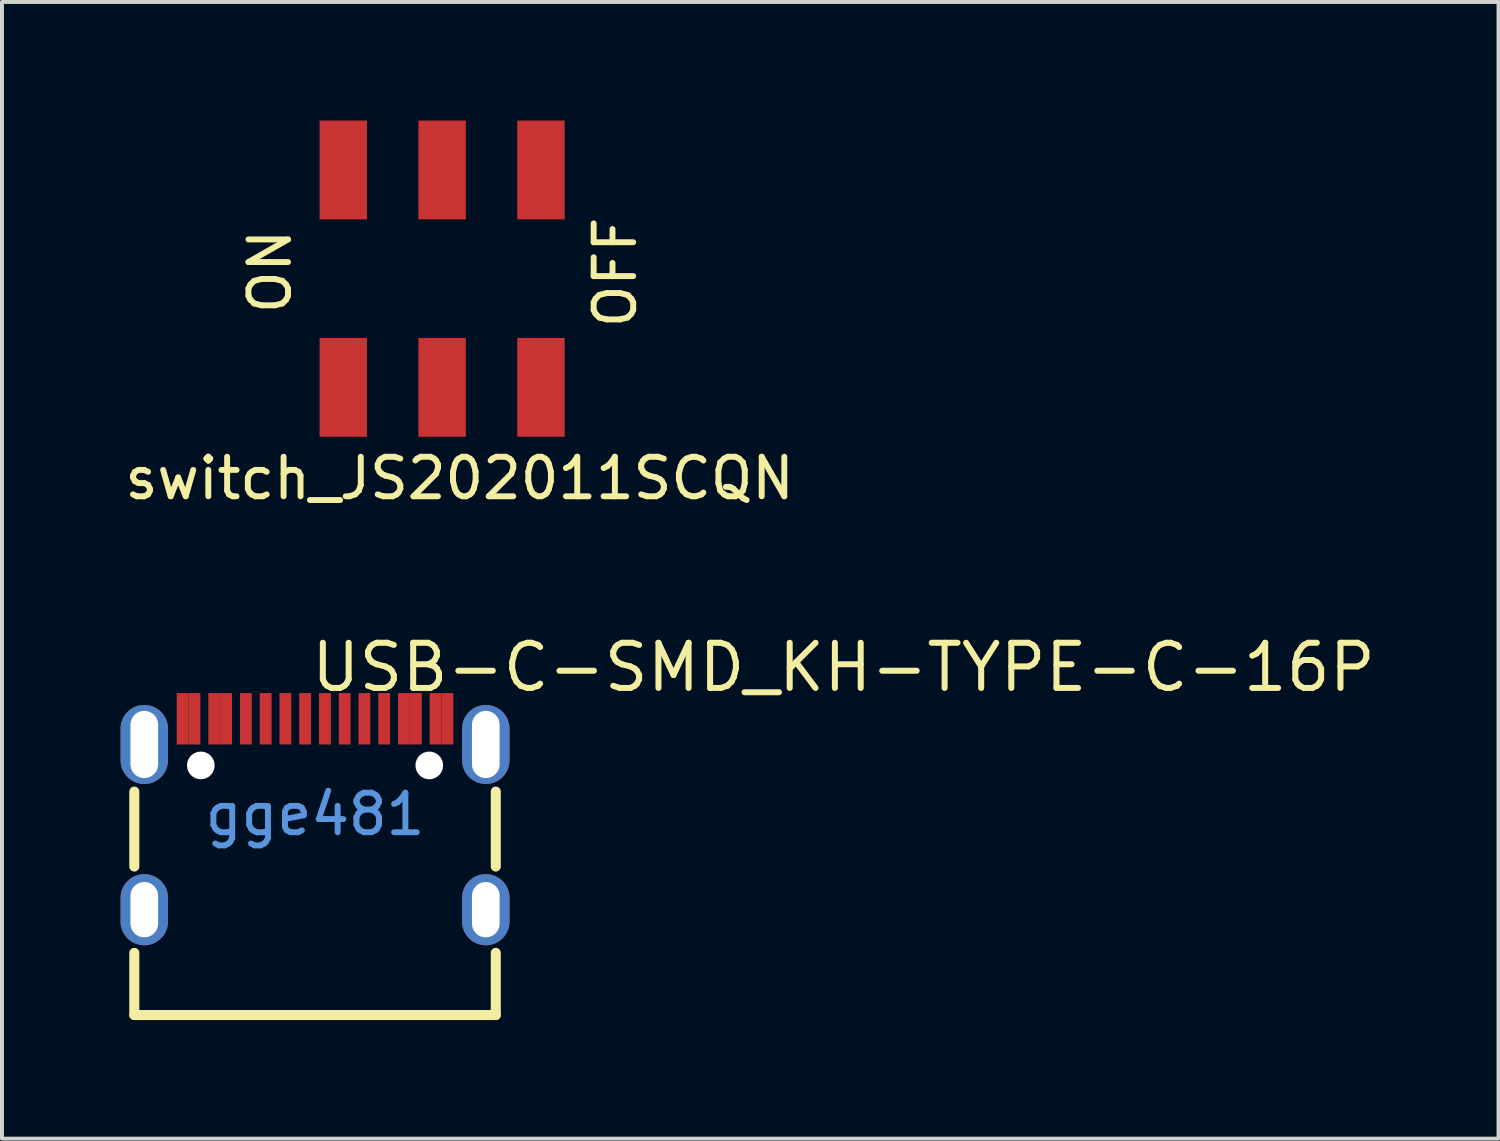
<source format=kicad_pcb>
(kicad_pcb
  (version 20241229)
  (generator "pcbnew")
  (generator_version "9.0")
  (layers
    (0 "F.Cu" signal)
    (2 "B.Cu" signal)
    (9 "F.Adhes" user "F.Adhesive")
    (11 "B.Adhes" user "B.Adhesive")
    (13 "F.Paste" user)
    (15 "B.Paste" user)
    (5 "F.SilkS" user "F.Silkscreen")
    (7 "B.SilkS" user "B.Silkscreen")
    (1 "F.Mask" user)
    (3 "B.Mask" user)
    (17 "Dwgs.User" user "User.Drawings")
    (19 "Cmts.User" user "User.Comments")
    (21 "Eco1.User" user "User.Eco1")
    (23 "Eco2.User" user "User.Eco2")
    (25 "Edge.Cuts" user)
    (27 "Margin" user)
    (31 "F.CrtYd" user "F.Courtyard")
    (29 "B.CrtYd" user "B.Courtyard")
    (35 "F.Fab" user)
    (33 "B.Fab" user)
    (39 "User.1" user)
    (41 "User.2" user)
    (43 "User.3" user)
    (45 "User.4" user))
  (footprint "switch_JS202011SCQN"
    (layer "F.Cu")
    (at 8.135 4)
    (property "Reference" "switch_JS202011SCQN" (at 0.442 5.05 0) (layer "F.SilkS") (effects (font (size 1 1) (thickness 0.15))))
    (attr smd)
    (fp_text user "OFF" (at 4.379 -0.16 90) (layer "F.SilkS") (effects (font (size 1 1) (thickness 0.15))))
    (fp_text user "ON" (at -4.354 -0.183 90) (layer "F.SilkS") (effects (font (size 1 1) (thickness 0.15))))
    (pad "1" smd rect (at -2.5 -2.75) (size 1.2 2.5) (layers "F.Cu" "F.Mask" "F.Paste"))
    (pad "1" smd rect (at -2.5 2.75) (size 1.2 2.5) (layers "F.Cu" "F.Mask" "F.Paste"))
    (pad "2" smd rect (at 0 -2.75) (size 1.2 2.5) (layers "F.Cu" "F.Mask" "F.Paste"))
    (pad "2" smd rect (at 0 2.75) (size 1.2 2.5) (layers "F.Cu" "F.Mask" "F.Paste"))
    (pad "3" smd rect (at 2.5 -2.75) (size 1.2 2.5) (layers "F.Cu" "F.Mask" "F.Paste"))
    (pad "3" smd rect (at 2.5 2.75) (size 1.2 2.5) (layers "F.Cu" "F.Mask" "F.Paste")))
  (footprint "USB-C-SMD_KH-TYPE-C-16P"
    (layer "F.Cu")
    (at 4.92 17.549)
    (property "Reference" "USB-C-SMD_KH-TYPE-C-16P" (at -0.175 -3.716 0) (layer "F.SilkS") (effects (font (size 1.143 1.143) (thickness 0.152)) (justify left)))
    (attr smd)
    (fp_line (start -4.572 -0.573) (end -4.572 1.323) (stroke (width 0.254) (type solid)) (layer "F.SilkS"))
    (fp_line (start -4.572 3.507) (end -4.572 5.08) (stroke (width 0.254) (type solid)) (layer "F.SilkS"))
    (fp_line (start -4.572 5.08) (end 4.572 5.08) (stroke (width 0.254) (type solid)) (layer "F.SilkS"))
    (fp_line (start 4.572 1.323) (end 4.572 -0.573) (stroke (width 0.254) (type solid)) (layer "F.SilkS"))
    (fp_line (start 4.572 5.08) (end 4.572 3.507) (stroke (width 0.254) (type solid)) (layer "F.SilkS"))
    (fp_poly (pts (xy -3.45 -3.01) (xy -2.95 -3.01) (xy -2.95 -1.82) (xy -3.45 -1.82)) (stroke (width 0) (type solid)) (fill yes) (layer "F.Paste"))
    (fp_poly (pts (xy -2.65 -3.01) (xy -2.15 -3.01) (xy -2.15 -1.82) (xy -2.65 -1.82)) (stroke (width 0) (type solid)) (fill yes) (layer "F.Paste"))
    (fp_poly (pts (xy -1.9 -3.06) (xy -1.6 -3.06) (xy -1.6 -1.77) (xy -1.9 -1.77)) (stroke (width 0) (type solid)) (fill yes) (layer "F.Paste"))
    (fp_poly (pts (xy -1.4 -3.06) (xy -1.1 -3.06) (xy -1.1 -1.77) (xy -1.4 -1.77)) (stroke (width 0) (type solid)) (fill yes) (layer "F.Paste"))
    (fp_poly (pts (xy -0.9 -3.06) (xy -0.6 -3.06) (xy -0.6 -1.77) (xy -0.9 -1.77)) (stroke (width 0) (type solid)) (fill yes) (layer "F.Paste"))
    (fp_poly (pts (xy -0.4 -3.06) (xy -0.1 -3.06) (xy -0.1 -1.77) (xy -0.4 -1.77)) (stroke (width 0) (type solid)) (fill yes) (layer "F.Paste"))
    (fp_poly (pts (xy 0.1 -3.06) (xy 0.4 -3.06) (xy 0.4 -1.77) (xy 0.1 -1.77)) (stroke (width 0) (type solid)) (fill yes) (layer "F.Paste"))
    (fp_poly (pts (xy 0.6 -3.06) (xy 0.9 -3.06) (xy 0.9 -1.77) (xy 0.6 -1.77)) (stroke (width 0) (type solid)) (fill yes) (layer "F.Paste"))
    (fp_poly (pts (xy 1.1 -3.06) (xy 1.4 -3.06) (xy 1.4 -1.77) (xy 1.1 -1.77)) (stroke (width 0) (type solid)) (fill yes) (layer "F.Paste"))
    (fp_poly (pts (xy 1.6 -3.06) (xy 1.9 -3.06) (xy 1.9 -1.77) (xy 1.6 -1.77)) (stroke (width 0) (type solid)) (fill yes) (layer "F.Paste"))
    (fp_poly (pts (xy 2.15 -3.01) (xy 2.65 -3.01) (xy 2.65 -1.82) (xy 2.15 -1.82)) (stroke (width 0) (type solid)) (fill yes) (layer "F.Paste"))
    (fp_poly (pts (xy 2.95 -3.01) (xy 3.45 -3.01) (xy 3.45 -1.82) (xy 2.95 -1.82)) (stroke (width 0) (type solid)) (fill yes) (layer "F.Paste"))
    (fp_poly (pts (xy -4.275 -2.763) (xy -4.305 -2.765) (xy -4.335 -2.765) (xy -4.365 -2.763) (xy -4.395 -2.76) (xy -4.424 -2.756) (xy -4.454 -2.75) (xy -4.483 -2.743) (xy -4.511 -2.734) (xy -4.539 -2.724) (xy -4.567 -2.712) (xy -4.594 -2.699) (xy -4.62 -2.685) (xy -4.646 -2.669) (xy -4.67 -2.652) (xy -4.694 -2.634) (xy -4.717 -2.615) (xy -4.739 -2.595) (xy -4.76 -2.573) (xy -4.78 -2.551) (xy -4.798 -2.527) (xy -4.816 -2.503) (xy -4.832 -2.478) (xy -4.847 -2.452) (xy -4.861 -2.425) (xy -4.873 -2.398) (xy -4.884 -2.37) (xy -4.893 -2.342) (xy -4.901 -2.313) (xy -4.908 -2.284) (xy -4.913 -2.254) (xy -4.917 -2.225) (xy -4.919 -2.195) (xy -4.92 -2.165) (xy -4.92 -1.365) (xy -4.919 -1.335) (xy -4.917 -1.305) (xy -4.913 -1.276) (xy -4.908 -1.246) (xy -4.901 -1.217) (xy -4.893 -1.188) (xy -4.884 -1.16) (xy -4.873 -1.132) (xy -4.861 -1.105) (xy -4.847 -1.078) (xy -4.832 -1.052) (xy -4.816 -1.027) (xy -4.798 -1.003) (xy -4.78 -0.979) (xy -4.76 -0.957) (xy -4.739 -0.936) (xy -4.717 -0.915) (xy -4.694 -0.896) (xy -4.67 -0.878) (xy -4.646 -0.861) (xy -4.62 -0.845) (xy -4.594 -0.831) (xy -4.567 -0.818) (xy -4.539 -0.807) (xy -4.511 -0.796) (xy -4.483 -0.787) (xy -4.454 -0.78) (xy -4.424 -0.774) (xy -4.395 -0.77) (xy -4.365 -0.767) (xy -4.335 -0.765) (xy -4.305 -0.765) (xy -4.275 -0.767) (xy -4.245 -0.77) (xy -4.216 -0.774) (xy -4.187 -0.78) (xy -4.158 -0.787) (xy -4.129 -0.796) (xy -4.101 -0.807) (xy -4.073 -0.818) (xy -4.046 -0.831) (xy -4.02 -0.845) (xy -3.995 -0.861) (xy -3.97 -0.878) (xy -3.946 -0.896) (xy -3.923 -0.915) (xy -3.901 -0.936) (xy -3.88 -0.957) (xy -3.86 -0.979) (xy -3.842 -1.003) (xy -3.824 -1.027) (xy -3.808 -1.052) (xy -3.793 -1.078) (xy -3.779 -1.105) (xy -3.767 -1.132) (xy -3.756 -1.16) (xy -3.747 -1.188) (xy -3.739 -1.217) (xy -3.732 -1.246) (xy -3.727 -1.276) (xy -3.723 -1.305) (xy -3.721 -1.335) (xy -3.72 -1.365) (xy -3.72 -2.165) (xy -3.721 -2.195) (xy -3.723 -2.225) (xy -3.727 -2.254) (xy -3.732 -2.284) (xy -3.739 -2.313) (xy -3.747 -2.342) (xy -3.756 -2.37) (xy -3.767 -2.398) (xy -3.779 -2.425) (xy -3.793 -2.452) (xy -3.808 -2.478) (xy -3.824 -2.503) (xy -3.842 -2.527) (xy -3.86 -2.551) (xy -3.88 -2.573) (xy -3.901 -2.595) (xy -3.923 -2.615) (xy -3.946 -2.634) (xy -3.97 -2.652) (xy -3.995 -2.669) (xy -4.02 -2.685) (xy -4.046 -2.699) (xy -4.073 -2.712) (xy -4.101 -2.724) (xy -4.129 -2.734) (xy -4.158 -2.743) (xy -4.187 -2.75) (xy -4.216 -2.756) (xy -4.245 -2.76)) (stroke (width 0) (type solid)) (fill yes) (layer "F.Paste"))
    (fp_poly (pts (xy -4.275 1.517) (xy -4.305 1.515) (xy -4.335 1.515) (xy -4.365 1.517) (xy -4.395 1.52) (xy -4.424 1.524) (xy -4.454 1.53) (xy -4.483 1.537) (xy -4.511 1.546) (xy -4.539 1.557) (xy -4.567 1.568) (xy -4.594 1.581) (xy -4.62 1.595) (xy -4.646 1.611) (xy -4.67 1.628) (xy -4.694 1.646) (xy -4.717 1.665) (xy -4.739 1.686) (xy -4.76 1.707) (xy -4.78 1.729) (xy -4.798 1.753) (xy -4.816 1.777) (xy -4.832 1.802) (xy -4.847 1.828) (xy -4.861 1.855) (xy -4.873 1.882) (xy -4.884 1.91) (xy -4.893 1.938) (xy -4.901 1.967) (xy -4.908 1.996) (xy -4.913 2.026) (xy -4.917 2.055) (xy -4.919 2.085) (xy -4.92 2.115) (xy -4.92 2.715) (xy -4.919 2.745) (xy -4.917 2.775) (xy -4.913 2.804) (xy -4.908 2.834) (xy -4.901 2.863) (xy -4.893 2.892) (xy -4.884 2.92) (xy -4.873 2.948) (xy -4.861 2.975) (xy -4.847 3.002) (xy -4.832 3.028) (xy -4.816 3.053) (xy -4.798 3.077) (xy -4.78 3.101) (xy -4.76 3.123) (xy -4.739 3.145) (xy -4.717 3.165) (xy -4.694 3.184) (xy -4.67 3.202) (xy -4.646 3.219) (xy -4.62 3.235) (xy -4.594 3.249) (xy -4.567 3.262) (xy -4.539 3.274) (xy -4.511 3.284) (xy -4.483 3.293) (xy -4.454 3.3) (xy -4.424 3.306) (xy -4.395 3.31) (xy -4.365 3.313) (xy -4.335 3.315) (xy -4.305 3.315) (xy -4.275 3.313) (xy -4.245 3.31) (xy -4.216 3.306) (xy -4.187 3.3) (xy -4.158 3.293) (xy -4.129 3.284) (xy -4.101 3.274) (xy -4.073 3.262) (xy -4.046 3.249) (xy -4.02 3.235) (xy -3.995 3.219) (xy -3.97 3.202) (xy -3.946 3.184) (xy -3.923 3.165) (xy -3.901 3.145) (xy -3.88 3.123) (xy -3.86 3.101) (xy -3.842 3.077) (xy -3.824 3.053) (xy -3.808 3.028) (xy -3.793 3.002) (xy -3.779 2.975) (xy -3.767 2.948) (xy -3.756 2.92) (xy -3.747 2.892) (xy -3.739 2.863) (xy -3.732 2.834) (xy -3.727 2.804) (xy -3.723 2.775) (xy -3.721 2.745) (xy -3.72 2.715) (xy -3.72 2.115) (xy -3.721 2.085) (xy -3.723 2.055) (xy -3.727 2.026) (xy -3.732 1.996) (xy -3.739 1.967) (xy -3.747 1.938) (xy -3.756 1.91) (xy -3.767 1.882) (xy -3.779 1.855) (xy -3.793 1.828) (xy -3.808 1.802) (xy -3.824 1.777) (xy -3.842 1.753) (xy -3.86 1.729) (xy -3.88 1.707) (xy -3.901 1.686) (xy -3.923 1.665) (xy -3.946 1.646) (xy -3.97 1.628) (xy -3.995 1.611) (xy -4.02 1.595) (xy -4.046 1.581) (xy -4.073 1.568) (xy -4.101 1.557) (xy -4.129 1.546) (xy -4.158 1.537) (xy -4.187 1.53) (xy -4.216 1.524) (xy -4.245 1.52)) (stroke (width 0) (type solid)) (fill yes) (layer "F.Paste"))
    (fp_poly (pts (xy 4.365 -2.763) (xy 4.335 -2.765) (xy 4.305 -2.765) (xy 4.275 -2.763) (xy 4.245 -2.76) (xy 4.216 -2.756) (xy 4.187 -2.75) (xy 4.158 -2.743) (xy 4.129 -2.734) (xy 4.101 -2.724) (xy 4.073 -2.712) (xy 4.046 -2.699) (xy 4.02 -2.685) (xy 3.995 -2.669) (xy 3.97 -2.652) (xy 3.946 -2.634) (xy 3.923 -2.615) (xy 3.901 -2.595) (xy 3.88 -2.573) (xy 3.86 -2.551) (xy 3.842 -2.527) (xy 3.824 -2.503) (xy 3.808 -2.478) (xy 3.793 -2.452) (xy 3.779 -2.425) (xy 3.767 -2.398) (xy 3.756 -2.37) (xy 3.747 -2.342) (xy 3.739 -2.313) (xy 3.732 -2.284) (xy 3.727 -2.254) (xy 3.723 -2.225) (xy 3.721 -2.195) (xy 3.72 -2.165) (xy 3.72 -1.365) (xy 3.721 -1.335) (xy 3.723 -1.305) (xy 3.727 -1.276) (xy 3.732 -1.246) (xy 3.739 -1.217) (xy 3.747 -1.188) (xy 3.756 -1.16) (xy 3.767 -1.132) (xy 3.779 -1.105) (xy 3.793 -1.078) (xy 3.808 -1.052) (xy 3.824 -1.027) (xy 3.842 -1.003) (xy 3.86 -0.979) (xy 3.88 -0.957) (xy 3.901 -0.936) (xy 3.923 -0.915) (xy 3.946 -0.896) (xy 3.97 -0.878) (xy 3.995 -0.861) (xy 4.02 -0.845) (xy 4.046 -0.831) (xy 4.073 -0.818) (xy 4.101 -0.807) (xy 4.129 -0.796) (xy 4.158 -0.787) (xy 4.187 -0.78) (xy 4.216 -0.774) (xy 4.245 -0.77) (xy 4.275 -0.767) (xy 4.305 -0.765) (xy 4.335 -0.765) (xy 4.365 -0.767) (xy 4.395 -0.77) (xy 4.424 -0.774) (xy 4.454 -0.78) (xy 4.483 -0.787) (xy 4.511 -0.796) (xy 4.539 -0.807) (xy 4.567 -0.818) (xy 4.594 -0.831) (xy 4.62 -0.845) (xy 4.646 -0.861) (xy 4.67 -0.878) (xy 4.694 -0.896) (xy 4.717 -0.915) (xy 4.739 -0.936) (xy 4.76 -0.957) (xy 4.78 -0.979) (xy 4.798 -1.003) (xy 4.816 -1.027) (xy 4.832 -1.052) (xy 4.847 -1.078) (xy 4.861 -1.105) (xy 4.873 -1.132) (xy 4.884 -1.16) (xy 4.893 -1.188) (xy 4.901 -1.217) (xy 4.908 -1.246) (xy 4.913 -1.276) (xy 4.917 -1.305) (xy 4.919 -1.335) (xy 4.92 -1.365) (xy 4.92 -2.165) (xy 4.919 -2.195) (xy 4.917 -2.225) (xy 4.913 -2.254) (xy 4.908 -2.284) (xy 4.901 -2.313) (xy 4.893 -2.342) (xy 4.884 -2.37) (xy 4.873 -2.398) (xy 4.861 -2.425) (xy 4.847 -2.452) (xy 4.832 -2.478) (xy 4.816 -2.503) (xy 4.798 -2.527) (xy 4.78 -2.551) (xy 4.76 -2.573) (xy 4.739 -2.595) (xy 4.717 -2.615) (xy 4.694 -2.634) (xy 4.67 -2.652) (xy 4.646 -2.669) (xy 4.62 -2.685) (xy 4.594 -2.699) (xy 4.567 -2.712) (xy 4.539 -2.724) (xy 4.511 -2.734) (xy 4.483 -2.743) (xy 4.454 -2.75) (xy 4.424 -2.756) (xy 4.395 -2.76)) (stroke (width 0) (type solid)) (fill yes) (layer "F.Paste"))
    (fp_poly (pts (xy 4.365 1.517) (xy 4.335 1.515) (xy 4.305 1.515) (xy 4.275 1.517) (xy 4.245 1.52) (xy 4.216 1.524) (xy 4.187 1.53) (xy 4.158 1.537) (xy 4.129 1.546) (xy 4.101 1.557) (xy 4.073 1.568) (xy 4.046 1.581) (xy 4.02 1.595) (xy 3.995 1.611) (xy 3.97 1.628) (xy 3.946 1.646) (xy 3.923 1.665) (xy 3.901 1.686) (xy 3.88 1.707) (xy 3.86 1.729) (xy 3.842 1.753) (xy 3.824 1.777) (xy 3.808 1.802) (xy 3.793 1.828) (xy 3.779 1.855) (xy 3.767 1.882) (xy 3.756 1.91) (xy 3.747 1.938) (xy 3.739 1.967) (xy 3.732 1.996) (xy 3.727 2.026) (xy 3.723 2.055) (xy 3.721 2.085) (xy 3.72 2.115) (xy 3.72 2.715) (xy 3.721 2.745) (xy 3.723 2.775) (xy 3.727 2.804) (xy 3.732 2.834) (xy 3.739 2.863) (xy 3.747 2.892) (xy 3.756 2.92) (xy 3.767 2.948) (xy 3.779 2.975) (xy 3.793 3.002) (xy 3.808 3.028) (xy 3.824 3.053) (xy 3.842 3.077) (xy 3.86 3.101) (xy 3.88 3.123) (xy 3.901 3.145) (xy 3.923 3.165) (xy 3.946 3.184) (xy 3.97 3.202) (xy 3.995 3.219) (xy 4.02 3.235) (xy 4.046 3.249) (xy 4.073 3.262) (xy 4.101 3.274) (xy 4.129 3.284) (xy 4.158 3.293) (xy 4.187 3.3) (xy 4.216 3.306) (xy 4.245 3.31) (xy 4.275 3.313) (xy 4.305 3.315) (xy 4.335 3.315) (xy 4.365 3.313) (xy 4.395 3.31) (xy 4.424 3.306) (xy 4.454 3.3) (xy 4.483 3.293) (xy 4.511 3.284) (xy 4.539 3.274) (xy 4.567 3.262) (xy 4.594 3.249) (xy 4.62 3.235) (xy 4.646 3.219) (xy 4.67 3.202) (xy 4.694 3.184) (xy 4.717 3.165) (xy 4.739 3.145) (xy 4.76 3.123) (xy 4.78 3.101) (xy 4.798 3.077) (xy 4.816 3.053) (xy 4.832 3.028) (xy 4.847 3.002) (xy 4.861 2.975) (xy 4.873 2.948) (xy 4.884 2.92) (xy 4.893 2.892) (xy 4.901 2.863) (xy 4.908 2.834) (xy 4.913 2.804) (xy 4.917 2.775) (xy 4.919 2.745) (xy 4.92 2.715) (xy 4.92 2.115) (xy 4.919 2.085) (xy 4.917 2.055) (xy 4.913 2.026) (xy 4.908 1.996) (xy 4.901 1.967) (xy 4.893 1.938) (xy 4.884 1.91) (xy 4.873 1.882) (xy 4.861 1.855) (xy 4.847 1.828) (xy 4.832 1.802) (xy 4.816 1.777) (xy 4.798 1.753) (xy 4.78 1.729) (xy 4.76 1.707) (xy 4.739 1.686) (xy 4.717 1.665) (xy 4.694 1.646) (xy 4.67 1.628) (xy 4.646 1.611) (xy 4.62 1.595) (xy 4.594 1.581) (xy 4.567 1.568) (xy 4.539 1.557) (xy 4.511 1.546) (xy 4.483 1.537) (xy 4.454 1.53) (xy 4.424 1.524) (xy 4.395 1.52)) (stroke (width 0) (type solid)) (fill yes) (layer "F.Paste"))
    (fp_circle (center -2.89 -1.235) (end -2.765 -1.235) (stroke (width 0.25) (type solid)) (fill no) (layer "Cmts.User"))
    (fp_circle (center 2.89 -1.235) (end 3.015 -1.235) (stroke (width 0.25) (type solid)) (fill no) (layer "Cmts.User"))
    (fp_text user "gge481" (at 0 0 0) (layer "Cmts.User") (effects (font (size 1 1) (thickness 0.15))))
    (pad "" np_thru_hole circle (at -2.89 -1.235) (size 0.7 0.7) (drill 0.7) (layers "*.Cu" "*.Mask"))
    (pad "" np_thru_hole circle (at 2.89 -1.235) (size 0.7 0.7) (drill 0.7) (layers "*.Cu" "*.Mask"))
    (pad "1" thru_hole oval (at -4.32 -1.765) (size 1.2 2) (drill oval 0.7 1.7) (layers "*.Cu" "*.Paste" "*.Mask"))
    (pad "2" thru_hole oval (at 4.32 -1.765) (size 1.2 2) (drill oval 0.7 1.7) (layers "*.Cu" "*.Paste" "*.Mask"))
    (pad "3" thru_hole oval (at -4.32 2.415) (size 1.2 1.8) (drill oval 0.7 1.4) (layers "*.Cu" "*.Paste" "*.Mask"))
    (pad "4" thru_hole oval (at 4.32 2.415) (size 1.2 1.8) (drill oval 0.7 1.4) (layers "*.Cu" "*.Paste" "*.Mask"))
    (pad "A1" smd rect (at -3.35 -2.415) (size 0.3 1.3) (layers "F.Cu" "F.Mask" "F.Paste"))
    (pad "A4" smd rect (at -2.55 -2.415) (size 0.3 1.3) (layers "F.Cu" "F.Mask" "F.Paste"))
    (pad "A5" smd rect (at -1.25 -2.415) (size 0.3 1.3) (layers "F.Cu" "F.Mask" "F.Paste"))
    (pad "A6" smd rect (at -0.25 -2.415) (size 0.3 1.3) (layers "F.Cu" "F.Mask" "F.Paste"))
    (pad "A7" smd rect (at 0.25 -2.415) (size 0.3 1.3) (layers "F.Cu" "F.Mask" "F.Paste"))
    (pad "A8" smd rect (at 1.25 -2.415) (size 0.3 1.3) (layers "F.Cu" "F.Mask" "F.Paste"))
    (pad "A9" smd rect (at 2.55 -2.415) (size 0.3 1.3) (layers "F.Cu" "F.Mask" "F.Paste"))
    (pad "A12" smd rect (at 3.35 -2.415) (size 0.3 1.3) (layers "F.Cu" "F.Mask" "F.Paste"))
    (pad "B1" smd rect (at 3.05 -2.415) (size 0.3 1.3) (layers "F.Cu" "F.Mask" "F.Paste"))
    (pad "B4" smd rect (at 2.25 -2.415) (size 0.3 1.3) (layers "F.Cu" "F.Mask" "F.Paste"))
    (pad "B5" smd rect (at 1.75 -2.415) (size 0.3 1.3) (layers "F.Cu" "F.Mask" "F.Paste"))
    (pad "B6" smd rect (at 0.75 -2.415) (size 0.3 1.3) (layers "F.Cu" "F.Mask" "F.Paste"))
    (pad "B7" smd rect (at -0.75 -2.415) (size 0.3 1.3) (layers "F.Cu" "F.Mask" "F.Paste"))
    (pad "B8" smd rect (at -1.75 -2.415) (size 0.3 1.3) (layers "F.Cu" "F.Mask" "F.Paste"))
    (pad "B9" smd rect (at -2.25 -2.415) (size 0.3 1.3) (layers "F.Cu" "F.Mask" "F.Paste"))
    (pad "B12" smd rect (at -3.05 -2.415) (size 0.3 1.3) (layers "F.Cu" "F.Mask" "F.Paste")))
  (gr_rect
    (start -3 -3)
    (end 34.86 25.756)
    (stroke (width 0.1) (type default))
    (fill no)
    (layer "Edge.Cuts")))
</source>
